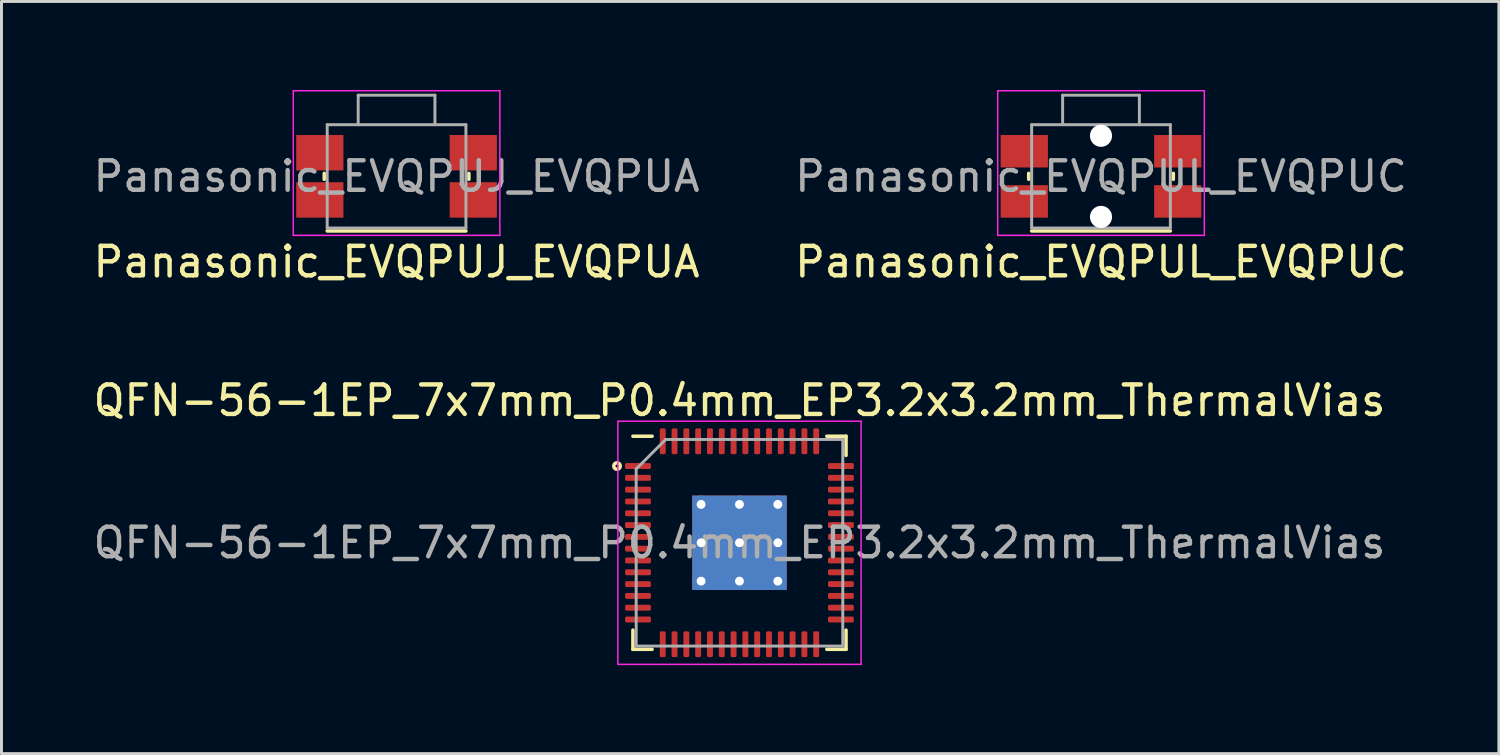
<source format=kicad_pcb>
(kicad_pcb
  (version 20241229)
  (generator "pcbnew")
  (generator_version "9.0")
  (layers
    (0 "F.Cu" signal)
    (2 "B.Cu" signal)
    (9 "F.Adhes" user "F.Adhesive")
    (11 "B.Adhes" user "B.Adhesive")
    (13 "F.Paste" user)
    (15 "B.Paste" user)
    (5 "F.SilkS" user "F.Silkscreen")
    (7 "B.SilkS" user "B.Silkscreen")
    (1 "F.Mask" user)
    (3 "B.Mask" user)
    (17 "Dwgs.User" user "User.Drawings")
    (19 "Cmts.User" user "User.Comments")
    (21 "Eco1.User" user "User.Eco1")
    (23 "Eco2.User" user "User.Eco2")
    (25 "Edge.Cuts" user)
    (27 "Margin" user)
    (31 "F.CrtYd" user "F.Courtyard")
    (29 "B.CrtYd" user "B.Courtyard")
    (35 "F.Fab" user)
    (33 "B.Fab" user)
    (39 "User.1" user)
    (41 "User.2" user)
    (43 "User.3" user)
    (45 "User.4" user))
  (footprint "Panasonic_EVQPUL_EVQPUC"
    (layer "F.Cu")
    (at 34.256 2.925)
    (property "Reference" "Panasonic_EVQPUL_EVQPUC" (at 0 2.9 0) (layer "F.SilkS") (effects (font (size 1 1) (thickness 0.15))))
    (attr smd)
    (fp_line (start -2.45 0.1) (end -2.45 -0.1) (stroke (width 0.12) (type solid)) (layer "F.SilkS"))
    (fp_line (start 2.35 1.85) (end -2.35 1.85) (stroke (width 0.12) (type solid)) (layer "F.SilkS"))
    (fp_line (start 2.45 0.1) (end 2.45 -0.1) (stroke (width 0.12) (type solid)) (layer "F.SilkS"))
    (fp_line (start -3.5 2) (end -3.5 -2.9) (stroke (width 0.05) (type solid)) (layer "F.CrtYd"))
    (fp_line (start 3.5 -2.9) (end -3.5 -2.9) (stroke (width 0.05) (type solid)) (layer "F.CrtYd"))
    (fp_line (start 3.5 2) (end -3.5 2) (stroke (width 0.05) (type solid)) (layer "F.CrtYd"))
    (fp_line (start 3.5 2) (end 3.5 -2.9) (stroke (width 0.05) (type solid)) (layer "F.CrtYd"))
    (fp_line (start -2.35 1.75) (end -2.35 -1.75) (stroke (width 0.1) (type solid)) (layer "F.Fab"))
    (fp_line (start -1.3 -2.75) (end -1.3 -1.75) (stroke (width 0.1) (type solid)) (layer "F.Fab"))
    (fp_line (start 1.3 -2.75) (end -1.3 -2.75) (stroke (width 0.1) (type solid)) (layer "F.Fab"))
    (fp_line (start 1.3 -2.75) (end 1.3 -1.75) (stroke (width 0.1) (type solid)) (layer "F.Fab"))
    (fp_line (start 2.35 -1.75) (end -2.35 -1.75) (stroke (width 0.1) (type solid)) (layer "F.Fab"))
    (fp_line (start 2.35 1.75) (end -2.35 1.75) (stroke (width 0.1) (type solid)) (layer "F.Fab"))
    (fp_line (start 2.35 1.75) (end 2.35 -1.75) (stroke (width 0.1) (type solid)) (layer "F.Fab"))
    (fp_text user "${REFERENCE}" (at 0 0 0) (layer "F.Fab") (effects (font (size 1 1) (thickness 0.15))))
    (pad "" np_thru_hole circle (at 0 -1.375 180) (size 0.75 0.75) (drill 0.75) (layers "*.Cu" "*.Mask"))
    (pad "" np_thru_hole circle (at 0 1.375 180) (size 0.75 0.75) (drill 0.75) (layers "*.Cu" "*.Mask"))
    (pad "1" smd rect (at -2.6 -0.85 180) (size 1.6 1.1) (layers "F.Cu" "F.Mask" "F.Paste"))
    (pad "1" smd rect (at 2.6 -0.85 180) (size 1.6 1.1) (layers "F.Cu" "F.Mask" "F.Paste"))
    (pad "2" smd rect (at -2.6 0.85 180) (size 1.6 1.1) (layers "F.Cu" "F.Mask" "F.Paste"))
    (pad "2" smd rect (at 2.6 0.85 180) (size 1.6 1.1) (layers "F.Cu" "F.Mask" "F.Paste")))
  (footprint "Panasonic_EVQPUJ_EVQPUA"
    (layer "F.Cu")
    (at 10.387 2.925)
    (property "Reference" "Panasonic_EVQPUJ_EVQPUA" (at 0 2.9 0) (layer "F.SilkS") (effects (font (size 1 1) (thickness 0.15))))
    (attr smd)
    (fp_line (start -2.45 0.1) (end -2.45 -0.1) (stroke (width 0.12) (type solid)) (layer "F.SilkS"))
    (fp_line (start 2.35 1.85) (end -2.35 1.85) (stroke (width 0.12) (type solid)) (layer "F.SilkS"))
    (fp_line (start 2.45 0.1) (end 2.45 -0.1) (stroke (width 0.12) (type solid)) (layer "F.SilkS"))
    (fp_line (start -3.5 2) (end -3.5 -2.9) (stroke (width 0.05) (type solid)) (layer "F.CrtYd"))
    (fp_line (start 3.5 -2.9) (end -3.5 -2.9) (stroke (width 0.05) (type solid)) (layer "F.CrtYd"))
    (fp_line (start 3.5 2) (end -3.5 2) (stroke (width 0.05) (type solid)) (layer "F.CrtYd"))
    (fp_line (start 3.5 2) (end 3.5 -2.9) (stroke (width 0.05) (type solid)) (layer "F.CrtYd"))
    (fp_line (start -2.35 1.75) (end -2.35 -1.75) (stroke (width 0.1) (type solid)) (layer "F.Fab"))
    (fp_line (start -1.3 -2.75) (end -1.3 -1.75) (stroke (width 0.1) (type solid)) (layer "F.Fab"))
    (fp_line (start 1.3 -2.75) (end -1.3 -2.75) (stroke (width 0.1) (type solid)) (layer "F.Fab"))
    (fp_line (start 1.3 -2.75) (end 1.3 -1.75) (stroke (width 0.1) (type solid)) (layer "F.Fab"))
    (fp_line (start 2.35 -1.75) (end -2.35 -1.75) (stroke (width 0.1) (type solid)) (layer "F.Fab"))
    (fp_line (start 2.35 1.75) (end -2.35 1.75) (stroke (width 0.1) (type solid)) (layer "F.Fab"))
    (fp_line (start 2.35 1.75) (end 2.35 -1.75) (stroke (width 0.1) (type solid)) (layer "F.Fab"))
    (fp_text user "${REFERENCE}" (at 0 0 0) (layer "F.Fab") (effects (font (size 1 1) (thickness 0.15))))
    (pad "1" smd rect (at -2.6 -0.8 180) (size 1.6 1.2) (layers "F.Cu" "F.Mask" "F.Paste"))
    (pad "1" smd rect (at 2.6 -0.8 180) (size 1.6 1.2) (layers "F.Cu" "F.Mask" "F.Paste"))
    (pad "2" smd rect (at -2.6 0.8 180) (size 1.6 1.2) (layers "F.Cu" "F.Mask" "F.Paste"))
    (pad "2" smd rect (at 2.6 0.8 180) (size 1.6 1.2) (layers "F.Cu" "F.Mask" "F.Paste")))
  (footprint "QFN-56-1EP_7x7mm_P0.4mm_EP3.2x3.2mm_ThermalVias"
    (layer "F.Cu")
    (at 22.006 15.341)
    (property "Reference" "QFN-56-1EP_7x7mm_P0.4mm_EP3.2x3.2mm_ThermalVias" (at 0 -4.82 0) (layer "F.SilkS") (effects (font (size 1 1) (thickness 0.15))))
    (attr smd)
    (fp_line (start -3.61 3.61) (end -3.61 2.96) (stroke (width 0.12) (type solid)) (layer "F.SilkS"))
    (fp_line (start -2.96 -3.61) (end -3.61 -3.61) (stroke (width 0.12) (type solid)) (layer "F.SilkS"))
    (fp_line (start -2.96 3.61) (end -3.61 3.61) (stroke (width 0.12) (type solid)) (layer "F.SilkS"))
    (fp_line (start 2.96 -3.61) (end 3.61 -3.61) (stroke (width 0.12) (type solid)) (layer "F.SilkS"))
    (fp_line (start 2.96 3.61) (end 3.61 3.61) (stroke (width 0.12) (type solid)) (layer "F.SilkS"))
    (fp_line (start 3.61 -3.61) (end 3.61 -2.96) (stroke (width 0.12) (type solid)) (layer "F.SilkS"))
    (fp_line (start 3.61 3.61) (end 3.61 2.96) (stroke (width 0.12) (type solid)) (layer "F.SilkS"))
    (fp_circle (center -4.15 -2.6) (end -4.15 -2.55) (stroke (width 0.12) (type default)) (fill no) (layer "F.SilkS"))
    (fp_line (start -4.12 -4.12) (end -4.12 4.12) (stroke (width 0.05) (type solid)) (layer "F.CrtYd"))
    (fp_line (start -4.12 4.12) (end 4.12 4.12) (stroke (width 0.05) (type solid)) (layer "F.CrtYd"))
    (fp_line (start 4.12 -4.12) (end -4.12 -4.12) (stroke (width 0.05) (type solid)) (layer "F.CrtYd"))
    (fp_line (start 4.12 4.12) (end 4.12 -4.12) (stroke (width 0.05) (type solid)) (layer "F.CrtYd"))
    (fp_line (start -3.5 -2.5) (end -2.5 -3.5) (stroke (width 0.1) (type solid)) (layer "F.Fab"))
    (fp_line (start -3.5 3.5) (end -3.5 -2.5) (stroke (width 0.1) (type solid)) (layer "F.Fab"))
    (fp_line (start -2.5 -3.5) (end 3.5 -3.5) (stroke (width 0.1) (type solid)) (layer "F.Fab"))
    (fp_line (start 3.5 -3.5) (end 3.5 3.5) (stroke (width 0.1) (type solid)) (layer "F.Fab"))
    (fp_line (start 3.5 3.5) (end -3.5 3.5) (stroke (width 0.1) (type solid)) (layer "F.Fab"))
    (fp_text user "${REFERENCE}" (at 0 0 0) (layer "F.Fab") (effects (font (size 1 1) (thickness 0.15))))
    (pad "" smd custom (at -0.675 -0.675) (size 1.118 1.118) (layers "F.Paste") (options (anchor circle)) (primitives (gr_poly (pts (xy -0.498 -0.397) (xy -0.397 -0.498) (xy 0.498 -0.498) (xy 0.498 0.498) (xy -0.498 0.498)) (width 0.244) (fill yes))))
    (pad "" smd custom (at -0.675 0.675) (size 1.118 1.118) (layers "F.Paste") (options (anchor circle)) (primitives (gr_poly (pts (xy -0.498 -0.498) (xy 0.498 -0.498) (xy 0.498 0.498) (xy -0.397 0.498) (xy -0.498 0.397)) (width 0.244) (fill yes))))
    (pad "" smd custom (at 0.675 -0.675) (size 1.118 1.118) (layers "F.Paste") (options (anchor circle)) (primitives (gr_poly (pts (xy -0.498 -0.498) (xy 0.397 -0.498) (xy 0.498 -0.397) (xy 0.498 0.498) (xy -0.498 0.498)) (width 0.244) (fill yes))))
    (pad "" smd custom (at 0.675 0.675) (size 1.118 1.118) (layers "F.Paste") (options (anchor circle)) (primitives (gr_poly (pts (xy -0.498 -0.498) (xy 0.498 -0.498) (xy 0.498 0.397) (xy 0.397 0.498) (xy -0.498 0.498)) (width 0.244) (fill yes))))
    (pad "1" smd roundrect (at -3.438 -2.6) (size 0.875 0.2) (layers "F.Cu" "F.Mask" "F.Paste") (roundrect_rratio 0.25))
    (pad "2" smd roundrect (at -3.438 -2.2) (size 0.875 0.2) (layers "F.Cu" "F.Mask" "F.Paste") (roundrect_rratio 0.25))
    (pad "3" smd roundrect (at -3.438 -1.8) (size 0.875 0.2) (layers "F.Cu" "F.Mask" "F.Paste") (roundrect_rratio 0.25))
    (pad "4" smd roundrect (at -3.438 -1.4) (size 0.875 0.2) (layers "F.Cu" "F.Mask" "F.Paste") (roundrect_rratio 0.25))
    (pad "5" smd roundrect (at -3.438 -1) (size 0.875 0.2) (layers "F.Cu" "F.Mask" "F.Paste") (roundrect_rratio 0.25))
    (pad "6" smd roundrect (at -3.438 -0.6) (size 0.875 0.2) (layers "F.Cu" "F.Mask" "F.Paste") (roundrect_rratio 0.25))
    (pad "7" smd roundrect (at -3.438 -0.2) (size 0.875 0.2) (layers "F.Cu" "F.Mask" "F.Paste") (roundrect_rratio 0.25))
    (pad "8" smd roundrect (at -3.438 0.2) (size 0.875 0.2) (layers "F.Cu" "F.Mask" "F.Paste") (roundrect_rratio 0.25))
    (pad "9" smd roundrect (at -3.438 0.6) (size 0.875 0.2) (layers "F.Cu" "F.Mask" "F.Paste") (roundrect_rratio 0.25))
    (pad "10" smd roundrect (at -3.438 1) (size 0.875 0.2) (layers "F.Cu" "F.Mask" "F.Paste") (roundrect_rratio 0.25))
    (pad "11" smd roundrect (at -3.438 1.4) (size 0.875 0.2) (layers "F.Cu" "F.Mask" "F.Paste") (roundrect_rratio 0.25))
    (pad "12" smd roundrect (at -3.438 1.8) (size 0.875 0.2) (layers "F.Cu" "F.Mask" "F.Paste") (roundrect_rratio 0.25))
    (pad "13" smd roundrect (at -3.438 2.2) (size 0.875 0.2) (layers "F.Cu" "F.Mask" "F.Paste") (roundrect_rratio 0.25))
    (pad "14" smd roundrect (at -3.438 2.6) (size 0.875 0.2) (layers "F.Cu" "F.Mask" "F.Paste") (roundrect_rratio 0.25))
    (pad "15" smd roundrect (at -2.6 3.438) (size 0.2 0.875) (layers "F.Cu" "F.Mask" "F.Paste") (roundrect_rratio 0.25))
    (pad "16" smd roundrect (at -2.2 3.438) (size 0.2 0.875) (layers "F.Cu" "F.Mask" "F.Paste") (roundrect_rratio 0.25))
    (pad "17" smd roundrect (at -1.8 3.438) (size 0.2 0.875) (layers "F.Cu" "F.Mask" "F.Paste") (roundrect_rratio 0.25))
    (pad "18" smd roundrect (at -1.4 3.438) (size 0.2 0.875) (layers "F.Cu" "F.Mask" "F.Paste") (roundrect_rratio 0.25))
    (pad "19" smd roundrect (at -1 3.438) (size 0.2 0.875) (layers "F.Cu" "F.Mask" "F.Paste") (roundrect_rratio 0.25))
    (pad "20" smd roundrect (at -0.6 3.438) (size 0.2 0.875) (layers "F.Cu" "F.Mask" "F.Paste") (roundrect_rratio 0.25))
    (pad "21" smd roundrect (at -0.2 3.438) (size 0.2 0.875) (layers "F.Cu" "F.Mask" "F.Paste") (roundrect_rratio 0.25))
    (pad "22" smd roundrect (at 0.2 3.438) (size 0.2 0.875) (layers "F.Cu" "F.Mask" "F.Paste") (roundrect_rratio 0.25))
    (pad "23" smd roundrect (at 0.6 3.438) (size 0.2 0.875) (layers "F.Cu" "F.Mask" "F.Paste") (roundrect_rratio 0.25))
    (pad "24" smd roundrect (at 1 3.438) (size 0.2 0.875) (layers "F.Cu" "F.Mask" "F.Paste") (roundrect_rratio 0.25))
    (pad "25" smd roundrect (at 1.4 3.438) (size 0.2 0.875) (layers "F.Cu" "F.Mask" "F.Paste") (roundrect_rratio 0.25))
    (pad "26" smd roundrect (at 1.8 3.438) (size 0.2 0.875) (layers "F.Cu" "F.Mask" "F.Paste") (roundrect_rratio 0.25))
    (pad "27" smd roundrect (at 2.2 3.438) (size 0.2 0.875) (layers "F.Cu" "F.Mask" "F.Paste") (roundrect_rratio 0.25))
    (pad "28" smd roundrect (at 2.6 3.438) (size 0.2 0.875) (layers "F.Cu" "F.Mask" "F.Paste") (roundrect_rratio 0.25))
    (pad "29" smd roundrect (at 3.438 2.6) (size 0.875 0.2) (layers "F.Cu" "F.Mask" "F.Paste") (roundrect_rratio 0.25))
    (pad "30" smd roundrect (at 3.438 2.2) (size 0.875 0.2) (layers "F.Cu" "F.Mask" "F.Paste") (roundrect_rratio 0.25))
    (pad "31" smd roundrect (at 3.438 1.8) (size 0.875 0.2) (layers "F.Cu" "F.Mask" "F.Paste") (roundrect_rratio 0.25))
    (pad "32" smd roundrect (at 3.438 1.4) (size 0.875 0.2) (layers "F.Cu" "F.Mask" "F.Paste") (roundrect_rratio 0.25))
    (pad "33" smd roundrect (at 3.438 1) (size 0.875 0.2) (layers "F.Cu" "F.Mask" "F.Paste") (roundrect_rratio 0.25))
    (pad "34" smd roundrect (at 3.438 0.6) (size 0.875 0.2) (layers "F.Cu" "F.Mask" "F.Paste") (roundrect_rratio 0.25))
    (pad "35" smd roundrect (at 3.438 0.2) (size 0.875 0.2) (layers "F.Cu" "F.Mask" "F.Paste") (roundrect_rratio 0.25))
    (pad "36" smd roundrect (at 3.438 -0.2) (size 0.875 0.2) (layers "F.Cu" "F.Mask" "F.Paste") (roundrect_rratio 0.25))
    (pad "37" smd roundrect (at 3.438 -0.6) (size 0.875 0.2) (layers "F.Cu" "F.Mask" "F.Paste") (roundrect_rratio 0.25))
    (pad "38" smd roundrect (at 3.438 -1) (size 0.875 0.2) (layers "F.Cu" "F.Mask" "F.Paste") (roundrect_rratio 0.25))
    (pad "39" smd roundrect (at 3.438 -1.4) (size 0.875 0.2) (layers "F.Cu" "F.Mask" "F.Paste") (roundrect_rratio 0.25))
    (pad "40" smd roundrect (at 3.438 -1.8) (size 0.875 0.2) (layers "F.Cu" "F.Mask" "F.Paste") (roundrect_rratio 0.25))
    (pad "41" smd roundrect (at 3.438 -2.2) (size 0.875 0.2) (layers "F.Cu" "F.Mask" "F.Paste") (roundrect_rratio 0.25))
    (pad "42" smd roundrect (at 3.438 -2.6) (size 0.875 0.2) (layers "F.Cu" "F.Mask" "F.Paste") (roundrect_rratio 0.25))
    (pad "43" smd roundrect (at 2.6 -3.438) (size 0.2 0.875) (layers "F.Cu" "F.Mask" "F.Paste") (roundrect_rratio 0.25))
    (pad "44" smd roundrect (at 2.2 -3.438) (size 0.2 0.875) (layers "F.Cu" "F.Mask" "F.Paste") (roundrect_rratio 0.25))
    (pad "45" smd roundrect (at 1.8 -3.438) (size 0.2 0.875) (layers "F.Cu" "F.Mask" "F.Paste") (roundrect_rratio 0.25))
    (pad "46" smd roundrect (at 1.4 -3.438) (size 0.2 0.875) (layers "F.Cu" "F.Mask" "F.Paste") (roundrect_rratio 0.25))
    (pad "47" smd roundrect (at 1 -3.438) (size 0.2 0.875) (layers "F.Cu" "F.Mask" "F.Paste") (roundrect_rratio 0.25))
    (pad "48" smd roundrect (at 0.6 -3.438) (size 0.2 0.875) (layers "F.Cu" "F.Mask" "F.Paste") (roundrect_rratio 0.25))
    (pad "49" smd roundrect (at 0.2 -3.438) (size 0.2 0.875) (layers "F.Cu" "F.Mask" "F.Paste") (roundrect_rratio 0.25))
    (pad "50" smd roundrect (at -0.2 -3.438) (size 0.2 0.875) (layers "F.Cu" "F.Mask" "F.Paste") (roundrect_rratio 0.25))
    (pad "51" smd roundrect (at -0.6 -3.438) (size 0.2 0.875) (layers "F.Cu" "F.Mask" "F.Paste") (roundrect_rratio 0.25))
    (pad "52" smd roundrect (at -1 -3.438) (size 0.2 0.875) (layers "F.Cu" "F.Mask" "F.Paste") (roundrect_rratio 0.25))
    (pad "53" smd roundrect (at -1.4 -3.438) (size 0.2 0.875) (layers "F.Cu" "F.Mask" "F.Paste") (roundrect_rratio 0.25))
    (pad "54" smd roundrect (at -1.8 -3.438) (size 0.2 0.875) (layers "F.Cu" "F.Mask" "F.Paste") (roundrect_rratio 0.25))
    (pad "55" smd roundrect (at -2.2 -3.438) (size 0.2 0.875) (layers "F.Cu" "F.Mask" "F.Paste") (roundrect_rratio 0.25))
    (pad "56" smd roundrect (at -2.6 -3.438) (size 0.2 0.875) (layers "F.Cu" "F.Mask" "F.Paste") (roundrect_rratio 0.25))
    (pad "57" thru_hole circle (at -1.3 -1.3) (size 0.6 0.6) (drill 0.3) (layers "*.Cu"))
    (pad "57" thru_hole circle (at -1.3 0) (size 0.6 0.6) (drill 0.3) (layers "*.Cu"))
    (pad "57" thru_hole circle (at -1.3 1.3) (size 0.6 0.6) (drill 0.3) (layers "*.Cu"))
    (pad "57" thru_hole circle (at 0 -1.3) (size 0.6 0.6) (drill 0.3) (layers "*.Cu"))
    (pad "57" thru_hole circle (at 0 0) (size 0.6 0.6) (drill 0.3) (layers "*.Cu"))
    (pad "57" smd rect (at 0 0) (size 3.2 3.2) (layers "F.Cu" "F.Mask"))
    (pad "57" smd rect (at 0 0) (size 3.2 3.2) (layers "B.Cu"))
    (pad "57" thru_hole circle (at 0 1.3) (size 0.6 0.6) (drill 0.3) (layers "*.Cu"))
    (pad "57" thru_hole circle (at 1.3 -1.3) (size 0.6 0.6) (drill 0.3) (layers "*.Cu"))
    (pad "57" thru_hole circle (at 1.3 0) (size 0.6 0.6) (drill 0.3) (layers "*.Cu"))
    (pad "57" thru_hole circle (at 1.3 1.3) (size 0.6 0.6) (drill 0.3) (layers "*.Cu")))
  (gr_rect
    (start -3 -3)
    (end 47.738 22.486)
    (stroke (width 0.1) (type default))
    (fill no)
    (layer "Edge.Cuts")))
</source>
